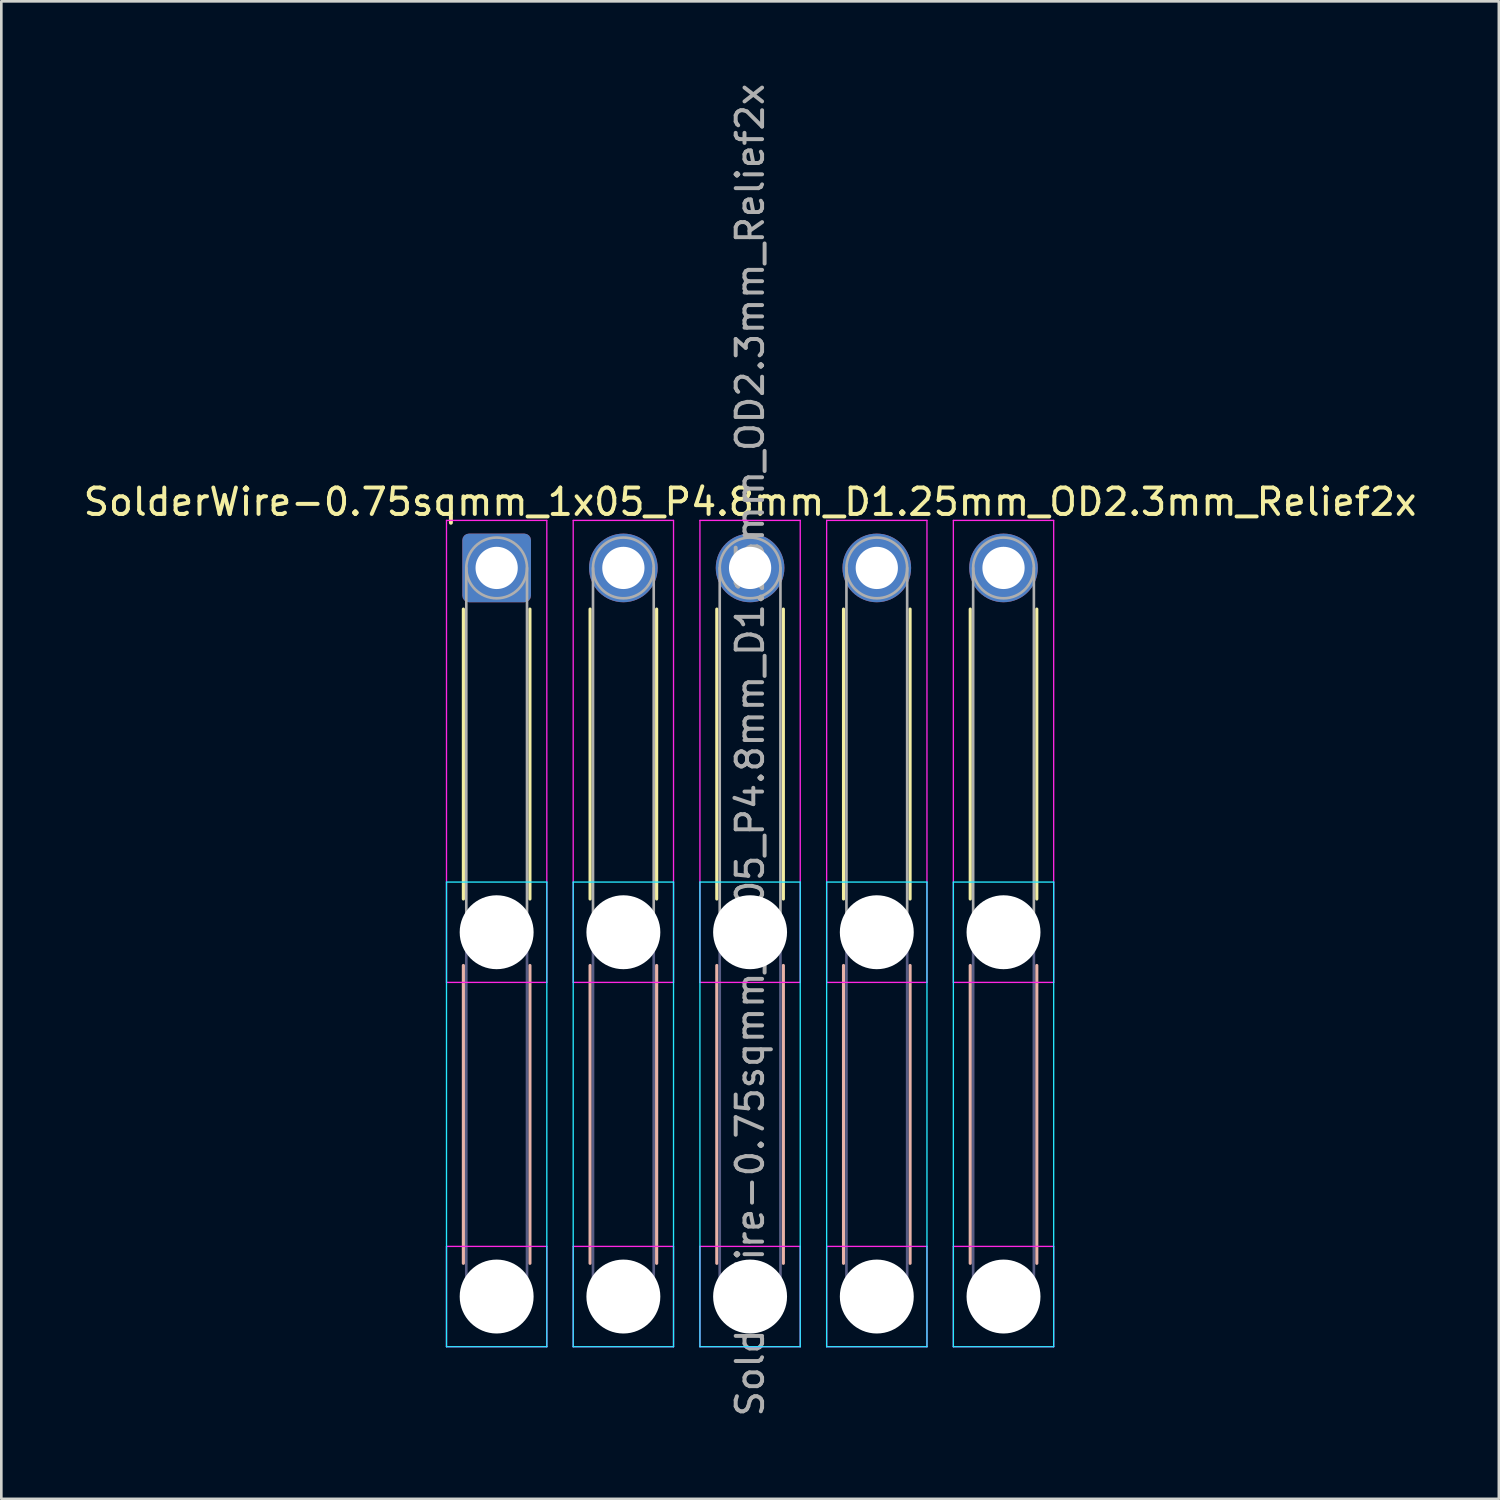
<source format=kicad_pcb>
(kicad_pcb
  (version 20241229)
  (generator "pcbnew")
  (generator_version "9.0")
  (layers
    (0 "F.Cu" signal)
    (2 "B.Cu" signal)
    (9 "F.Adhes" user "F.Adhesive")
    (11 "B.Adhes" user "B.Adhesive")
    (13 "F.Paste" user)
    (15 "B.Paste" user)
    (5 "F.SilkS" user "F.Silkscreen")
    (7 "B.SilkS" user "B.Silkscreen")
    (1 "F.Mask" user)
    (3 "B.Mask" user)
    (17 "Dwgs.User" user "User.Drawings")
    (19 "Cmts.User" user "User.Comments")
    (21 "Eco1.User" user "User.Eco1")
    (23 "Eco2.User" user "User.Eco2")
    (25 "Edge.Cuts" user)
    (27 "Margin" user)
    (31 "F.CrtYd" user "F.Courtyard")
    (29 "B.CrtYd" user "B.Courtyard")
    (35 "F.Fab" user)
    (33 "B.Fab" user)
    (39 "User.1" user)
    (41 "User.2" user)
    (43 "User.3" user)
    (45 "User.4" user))
  (footprint "SolderWire-0.75sqmm_1x05_P4.8mm_D1.25mm_OD2.3mm_Relief2x"
    (layer "F.Cu")
    (at 15.763 18.463)
    (property "Reference" "SolderWire-0.75sqmm_1x05_P4.8mm_D1.25mm_OD2.3mm_Relief2x" (at 9.6 -2.5 0) (layer "F.SilkS") (effects (font (size 1 1) (thickness 0.15))))
    (attr exclude_from_pos_files exclude_from_bom)
    (fp_line (start -1.26 1.56) (end -1.26 12.54) (stroke (width 0.12) (type solid)) (layer "F.SilkS"))
    (fp_line (start 1.26 1.56) (end 1.26 12.54) (stroke (width 0.12) (type solid)) (layer "F.SilkS"))
    (fp_line (start 3.54 1.56) (end 3.54 12.54) (stroke (width 0.12) (type solid)) (layer "F.SilkS"))
    (fp_line (start 6.06 1.56) (end 6.06 12.54) (stroke (width 0.12) (type solid)) (layer "F.SilkS"))
    (fp_line (start 8.34 1.56) (end 8.34 12.54) (stroke (width 0.12) (type solid)) (layer "F.SilkS"))
    (fp_line (start 10.86 1.56) (end 10.86 12.54) (stroke (width 0.12) (type solid)) (layer "F.SilkS"))
    (fp_line (start 13.14 1.56) (end 13.14 12.54) (stroke (width 0.12) (type solid)) (layer "F.SilkS"))
    (fp_line (start 15.66 1.56) (end 15.66 12.54) (stroke (width 0.12) (type solid)) (layer "F.SilkS"))
    (fp_line (start 17.94 1.56) (end 17.94 12.54) (stroke (width 0.12) (type solid)) (layer "F.SilkS"))
    (fp_line (start 20.46 1.56) (end 20.46 12.54) (stroke (width 0.12) (type solid)) (layer "F.SilkS"))
    (fp_line (start -1.26 15.06) (end -1.26 26.34) (stroke (width 0.12) (type solid)) (layer "B.SilkS"))
    (fp_line (start 1.26 15.06) (end 1.26 26.34) (stroke (width 0.12) (type solid)) (layer "B.SilkS"))
    (fp_line (start 3.54 15.06) (end 3.54 26.34) (stroke (width 0.12) (type solid)) (layer "B.SilkS"))
    (fp_line (start 6.06 15.06) (end 6.06 26.34) (stroke (width 0.12) (type solid)) (layer "B.SilkS"))
    (fp_line (start 8.34 15.06) (end 8.34 26.34) (stroke (width 0.12) (type solid)) (layer "B.SilkS"))
    (fp_line (start 10.86 15.06) (end 10.86 26.34) (stroke (width 0.12) (type solid)) (layer "B.SilkS"))
    (fp_line (start 13.14 15.06) (end 13.14 26.34) (stroke (width 0.12) (type solid)) (layer "B.SilkS"))
    (fp_line (start 15.66 15.06) (end 15.66 26.34) (stroke (width 0.12) (type solid)) (layer "B.SilkS"))
    (fp_line (start 17.94 15.06) (end 17.94 26.34) (stroke (width 0.12) (type solid)) (layer "B.SilkS"))
    (fp_line (start 20.46 15.06) (end 20.46 26.34) (stroke (width 0.12) (type solid)) (layer "B.SilkS"))
    (fp_line (start -1.9 11.9) (end -1.9 29.5) (stroke (width 0.05) (type solid)) (layer "B.CrtYd"))
    (fp_line (start -1.9 29.5) (end 1.9 29.5) (stroke (width 0.05) (type solid)) (layer "B.CrtYd"))
    (fp_line (start 1.9 11.9) (end -1.9 11.9) (stroke (width 0.05) (type solid)) (layer "B.CrtYd"))
    (fp_line (start 1.9 29.5) (end 1.9 11.9) (stroke (width 0.05) (type solid)) (layer "B.CrtYd"))
    (fp_line (start 2.9 11.9) (end 2.9 29.5) (stroke (width 0.05) (type solid)) (layer "B.CrtYd"))
    (fp_line (start 2.9 29.5) (end 6.7 29.5) (stroke (width 0.05) (type solid)) (layer "B.CrtYd"))
    (fp_line (start 6.7 11.9) (end 2.9 11.9) (stroke (width 0.05) (type solid)) (layer "B.CrtYd"))
    (fp_line (start 6.7 29.5) (end 6.7 11.9) (stroke (width 0.05) (type solid)) (layer "B.CrtYd"))
    (fp_line (start 7.7 11.9) (end 7.7 29.5) (stroke (width 0.05) (type solid)) (layer "B.CrtYd"))
    (fp_line (start 7.7 29.5) (end 11.5 29.5) (stroke (width 0.05) (type solid)) (layer "B.CrtYd"))
    (fp_line (start 11.5 11.9) (end 7.7 11.9) (stroke (width 0.05) (type solid)) (layer "B.CrtYd"))
    (fp_line (start 11.5 29.5) (end 11.5 11.9) (stroke (width 0.05) (type solid)) (layer "B.CrtYd"))
    (fp_line (start 12.5 11.9) (end 12.5 29.5) (stroke (width 0.05) (type solid)) (layer "B.CrtYd"))
    (fp_line (start 12.5 29.5) (end 16.3 29.5) (stroke (width 0.05) (type solid)) (layer "B.CrtYd"))
    (fp_line (start 16.3 11.9) (end 12.5 11.9) (stroke (width 0.05) (type solid)) (layer "B.CrtYd"))
    (fp_line (start 16.3 29.5) (end 16.3 11.9) (stroke (width 0.05) (type solid)) (layer "B.CrtYd"))
    (fp_line (start 17.3 11.9) (end 17.3 29.5) (stroke (width 0.05) (type solid)) (layer "B.CrtYd"))
    (fp_line (start 17.3 29.5) (end 21.1 29.5) (stroke (width 0.05) (type solid)) (layer "B.CrtYd"))
    (fp_line (start 21.1 11.9) (end 17.3 11.9) (stroke (width 0.05) (type solid)) (layer "B.CrtYd"))
    (fp_line (start 21.1 29.5) (end 21.1 11.9) (stroke (width 0.05) (type solid)) (layer "B.CrtYd"))
    (fp_line (start -1.9 -1.8) (end -1.9 15.7) (stroke (width 0.05) (type solid)) (layer "F.CrtYd"))
    (fp_line (start -1.9 15.7) (end 1.9 15.7) (stroke (width 0.05) (type solid)) (layer "F.CrtYd"))
    (fp_line (start -1.9 25.7) (end -1.9 29.5) (stroke (width 0.05) (type solid)) (layer "F.CrtYd"))
    (fp_line (start -1.9 29.5) (end 1.9 29.5) (stroke (width 0.05) (type solid)) (layer "F.CrtYd"))
    (fp_line (start 1.9 -1.8) (end -1.9 -1.8) (stroke (width 0.05) (type solid)) (layer "F.CrtYd"))
    (fp_line (start 1.9 15.7) (end 1.9 -1.8) (stroke (width 0.05) (type solid)) (layer "F.CrtYd"))
    (fp_line (start 1.9 25.7) (end -1.9 25.7) (stroke (width 0.05) (type solid)) (layer "F.CrtYd"))
    (fp_line (start 1.9 29.5) (end 1.9 25.7) (stroke (width 0.05) (type solid)) (layer "F.CrtYd"))
    (fp_line (start 2.9 -1.8) (end 2.9 15.7) (stroke (width 0.05) (type solid)) (layer "F.CrtYd"))
    (fp_line (start 2.9 15.7) (end 6.7 15.7) (stroke (width 0.05) (type solid)) (layer "F.CrtYd"))
    (fp_line (start 2.9 25.7) (end 2.9 29.5) (stroke (width 0.05) (type solid)) (layer "F.CrtYd"))
    (fp_line (start 2.9 29.5) (end 6.7 29.5) (stroke (width 0.05) (type solid)) (layer "F.CrtYd"))
    (fp_line (start 6.7 -1.8) (end 2.9 -1.8) (stroke (width 0.05) (type solid)) (layer "F.CrtYd"))
    (fp_line (start 6.7 15.7) (end 6.7 -1.8) (stroke (width 0.05) (type solid)) (layer "F.CrtYd"))
    (fp_line (start 6.7 25.7) (end 2.9 25.7) (stroke (width 0.05) (type solid)) (layer "F.CrtYd"))
    (fp_line (start 6.7 29.5) (end 6.7 25.7) (stroke (width 0.05) (type solid)) (layer "F.CrtYd"))
    (fp_line (start 7.7 -1.8) (end 7.7 15.7) (stroke (width 0.05) (type solid)) (layer "F.CrtYd"))
    (fp_line (start 7.7 15.7) (end 11.5 15.7) (stroke (width 0.05) (type solid)) (layer "F.CrtYd"))
    (fp_line (start 7.7 25.7) (end 7.7 29.5) (stroke (width 0.05) (type solid)) (layer "F.CrtYd"))
    (fp_line (start 7.7 29.5) (end 11.5 29.5) (stroke (width 0.05) (type solid)) (layer "F.CrtYd"))
    (fp_line (start 11.5 -1.8) (end 7.7 -1.8) (stroke (width 0.05) (type solid)) (layer "F.CrtYd"))
    (fp_line (start 11.5 15.7) (end 11.5 -1.8) (stroke (width 0.05) (type solid)) (layer "F.CrtYd"))
    (fp_line (start 11.5 25.7) (end 7.7 25.7) (stroke (width 0.05) (type solid)) (layer "F.CrtYd"))
    (fp_line (start 11.5 29.5) (end 11.5 25.7) (stroke (width 0.05) (type solid)) (layer "F.CrtYd"))
    (fp_line (start 12.5 -1.8) (end 12.5 15.7) (stroke (width 0.05) (type solid)) (layer "F.CrtYd"))
    (fp_line (start 12.5 15.7) (end 16.3 15.7) (stroke (width 0.05) (type solid)) (layer "F.CrtYd"))
    (fp_line (start 12.5 25.7) (end 12.5 29.5) (stroke (width 0.05) (type solid)) (layer "F.CrtYd"))
    (fp_line (start 12.5 29.5) (end 16.3 29.5) (stroke (width 0.05) (type solid)) (layer "F.CrtYd"))
    (fp_line (start 16.3 -1.8) (end 12.5 -1.8) (stroke (width 0.05) (type solid)) (layer "F.CrtYd"))
    (fp_line (start 16.3 15.7) (end 16.3 -1.8) (stroke (width 0.05) (type solid)) (layer "F.CrtYd"))
    (fp_line (start 16.3 25.7) (end 12.5 25.7) (stroke (width 0.05) (type solid)) (layer "F.CrtYd"))
    (fp_line (start 16.3 29.5) (end 16.3 25.7) (stroke (width 0.05) (type solid)) (layer "F.CrtYd"))
    (fp_line (start 17.3 -1.8) (end 17.3 15.7) (stroke (width 0.05) (type solid)) (layer "F.CrtYd"))
    (fp_line (start 17.3 15.7) (end 21.1 15.7) (stroke (width 0.05) (type solid)) (layer "F.CrtYd"))
    (fp_line (start 17.3 25.7) (end 17.3 29.5) (stroke (width 0.05) (type solid)) (layer "F.CrtYd"))
    (fp_line (start 17.3 29.5) (end 21.1 29.5) (stroke (width 0.05) (type solid)) (layer "F.CrtYd"))
    (fp_line (start 21.1 -1.8) (end 17.3 -1.8) (stroke (width 0.05) (type solid)) (layer "F.CrtYd"))
    (fp_line (start 21.1 15.7) (end 21.1 -1.8) (stroke (width 0.05) (type solid)) (layer "F.CrtYd"))
    (fp_line (start 21.1 25.7) (end 17.3 25.7) (stroke (width 0.05) (type solid)) (layer "F.CrtYd"))
    (fp_line (start 21.1 29.5) (end 21.1 25.7) (stroke (width 0.05) (type solid)) (layer "F.CrtYd"))
    (fp_line (start -1.15 13.8) (end -1.15 27.6) (stroke (width 0.1) (type solid)) (layer "B.Fab"))
    (fp_line (start 1.15 13.8) (end 1.15 27.6) (stroke (width 0.1) (type solid)) (layer "B.Fab"))
    (fp_line (start 3.65 13.8) (end 3.65 27.6) (stroke (width 0.1) (type solid)) (layer "B.Fab"))
    (fp_line (start 5.95 13.8) (end 5.95 27.6) (stroke (width 0.1) (type solid)) (layer "B.Fab"))
    (fp_line (start 8.45 13.8) (end 8.45 27.6) (stroke (width 0.1) (type solid)) (layer "B.Fab"))
    (fp_line (start 10.75 13.8) (end 10.75 27.6) (stroke (width 0.1) (type solid)) (layer "B.Fab"))
    (fp_line (start 13.25 13.8) (end 13.25 27.6) (stroke (width 0.1) (type solid)) (layer "B.Fab"))
    (fp_line (start 15.55 13.8) (end 15.55 27.6) (stroke (width 0.1) (type solid)) (layer "B.Fab"))
    (fp_line (start 18.05 13.8) (end 18.05 27.6) (stroke (width 0.1) (type solid)) (layer "B.Fab"))
    (fp_line (start 20.35 13.8) (end 20.35 27.6) (stroke (width 0.1) (type solid)) (layer "B.Fab"))
    (fp_circle (center 0 13.8) (end 1.15 13.8) (stroke (width 0.1) (type solid)) (fill no) (layer "B.Fab"))
    (fp_circle (center 0 27.6) (end 1.15 27.6) (stroke (width 0.1) (type solid)) (fill no) (layer "B.Fab"))
    (fp_circle (center 4.8 13.8) (end 5.95 13.8) (stroke (width 0.1) (type solid)) (fill no) (layer "B.Fab"))
    (fp_circle (center 4.8 27.6) (end 5.95 27.6) (stroke (width 0.1) (type solid)) (fill no) (layer "B.Fab"))
    (fp_circle (center 9.6 13.8) (end 10.75 13.8) (stroke (width 0.1) (type solid)) (fill no) (layer "B.Fab"))
    (fp_circle (center 9.6 27.6) (end 10.75 27.6) (stroke (width 0.1) (type solid)) (fill no) (layer "B.Fab"))
    (fp_circle (center 14.4 13.8) (end 15.55 13.8) (stroke (width 0.1) (type solid)) (fill no) (layer "B.Fab"))
    (fp_circle (center 14.4 27.6) (end 15.55 27.6) (stroke (width 0.1) (type solid)) (fill no) (layer "B.Fab"))
    (fp_circle (center 19.2 13.8) (end 20.35 13.8) (stroke (width 0.1) (type solid)) (fill no) (layer "B.Fab"))
    (fp_circle (center 19.2 27.6) (end 20.35 27.6) (stroke (width 0.1) (type solid)) (fill no) (layer "B.Fab"))
    (fp_line (start -1.15 0) (end -1.15 13.8) (stroke (width 0.1) (type solid)) (layer "F.Fab"))
    (fp_line (start 1.15 0) (end 1.15 13.8) (stroke (width 0.1) (type solid)) (layer "F.Fab"))
    (fp_line (start 3.65 0) (end 3.65 13.8) (stroke (width 0.1) (type solid)) (layer "F.Fab"))
    (fp_line (start 5.95 0) (end 5.95 13.8) (stroke (width 0.1) (type solid)) (layer "F.Fab"))
    (fp_line (start 8.45 0) (end 8.45 13.8) (stroke (width 0.1) (type solid)) (layer "F.Fab"))
    (fp_line (start 10.75 0) (end 10.75 13.8) (stroke (width 0.1) (type solid)) (layer "F.Fab"))
    (fp_line (start 13.25 0) (end 13.25 13.8) (stroke (width 0.1) (type solid)) (layer "F.Fab"))
    (fp_line (start 15.55 0) (end 15.55 13.8) (stroke (width 0.1) (type solid)) (layer "F.Fab"))
    (fp_line (start 18.05 0) (end 18.05 13.8) (stroke (width 0.1) (type solid)) (layer "F.Fab"))
    (fp_line (start 20.35 0) (end 20.35 13.8) (stroke (width 0.1) (type solid)) (layer "F.Fab"))
    (fp_circle (center 0 0) (end 1.15 0) (stroke (width 0.1) (type solid)) (fill no) (layer "F.Fab"))
    (fp_circle (center 0 13.8) (end 1.15 13.8) (stroke (width 0.1) (type solid)) (fill no) (layer "F.Fab"))
    (fp_circle (center 0 27.6) (end 1.15 27.6) (stroke (width 0.1) (type solid)) (fill no) (layer "F.Fab"))
    (fp_circle (center 4.8 0) (end 5.95 0) (stroke (width 0.1) (type solid)) (fill no) (layer "F.Fab"))
    (fp_circle (center 4.8 13.8) (end 5.95 13.8) (stroke (width 0.1) (type solid)) (fill no) (layer "F.Fab"))
    (fp_circle (center 4.8 27.6) (end 5.95 27.6) (stroke (width 0.1) (type solid)) (fill no) (layer "F.Fab"))
    (fp_circle (center 9.6 0) (end 10.75 0) (stroke (width 0.1) (type solid)) (fill no) (layer "F.Fab"))
    (fp_circle (center 9.6 13.8) (end 10.75 13.8) (stroke (width 0.1) (type solid)) (fill no) (layer "F.Fab"))
    (fp_circle (center 9.6 27.6) (end 10.75 27.6) (stroke (width 0.1) (type solid)) (fill no) (layer "F.Fab"))
    (fp_circle (center 14.4 0) (end 15.55 0) (stroke (width 0.1) (type solid)) (fill no) (layer "F.Fab"))
    (fp_circle (center 14.4 13.8) (end 15.55 13.8) (stroke (width 0.1) (type solid)) (fill no) (layer "F.Fab"))
    (fp_circle (center 14.4 27.6) (end 15.55 27.6) (stroke (width 0.1) (type solid)) (fill no) (layer "F.Fab"))
    (fp_circle (center 19.2 0) (end 20.35 0) (stroke (width 0.1) (type solid)) (fill no) (layer "F.Fab"))
    (fp_circle (center 19.2 13.8) (end 20.35 13.8) (stroke (width 0.1) (type solid)) (fill no) (layer "F.Fab"))
    (fp_circle (center 19.2 27.6) (end 20.35 27.6) (stroke (width 0.1) (type solid)) (fill no) (layer "F.Fab"))
    (fp_text user "${REFERENCE}" (at 9.6 6.9 90) (layer "F.Fab") (effects (font (size 1 1) (thickness 0.15))))
    (pad "" np_thru_hole circle (at 0 13.8) (size 2.8 2.8) (drill 2.8) (layers "*.Cu" "*.Mask"))
    (pad "" np_thru_hole circle (at 0 27.6) (size 2.8 2.8) (drill 2.8) (layers "*.Cu" "*.Mask"))
    (pad "" np_thru_hole circle (at 4.8 13.8) (size 2.8 2.8) (drill 2.8) (layers "*.Cu" "*.Mask"))
    (pad "" np_thru_hole circle (at 4.8 27.6) (size 2.8 2.8) (drill 2.8) (layers "*.Cu" "*.Mask"))
    (pad "" np_thru_hole circle (at 9.6 13.8) (size 2.8 2.8) (drill 2.8) (layers "*.Cu" "*.Mask"))
    (pad "" np_thru_hole circle (at 9.6 27.6) (size 2.8 2.8) (drill 2.8) (layers "*.Cu" "*.Mask"))
    (pad "" np_thru_hole circle (at 14.4 13.8) (size 2.8 2.8) (drill 2.8) (layers "*.Cu" "*.Mask"))
    (pad "" np_thru_hole circle (at 14.4 27.6) (size 2.8 2.8) (drill 2.8) (layers "*.Cu" "*.Mask"))
    (pad "" np_thru_hole circle (at 19.2 13.8) (size 2.8 2.8) (drill 2.8) (layers "*.Cu" "*.Mask"))
    (pad "" np_thru_hole circle (at 19.2 27.6) (size 2.8 2.8) (drill 2.8) (layers "*.Cu" "*.Mask"))
    (pad "1" thru_hole roundrect (at 0 0) (size 2.6 2.6) (drill 1.6) (layers "*.Cu" "*.Mask") (roundrect_rratio 0.096))
    (pad "2" thru_hole circle (at 4.8 0) (size 2.6 2.6) (drill 1.6) (layers "*.Cu" "*.Mask"))
    (pad "3" thru_hole circle (at 9.6 0) (size 2.6 2.6) (drill 1.6) (layers "*.Cu" "*.Mask"))
    (pad "4" thru_hole circle (at 14.4 0) (size 2.6 2.6) (drill 1.6) (layers "*.Cu" "*.Mask"))
    (pad "5" thru_hole circle (at 19.2 0) (size 2.6 2.6) (drill 1.6) (layers "*.Cu" "*.Mask")))
  (gr_rect
    (start -3 -3)
    (end 53.726 53.726)
    (stroke (width 0.1) (type default))
    (fill no)
    (layer "Edge.Cuts")))
</source>
